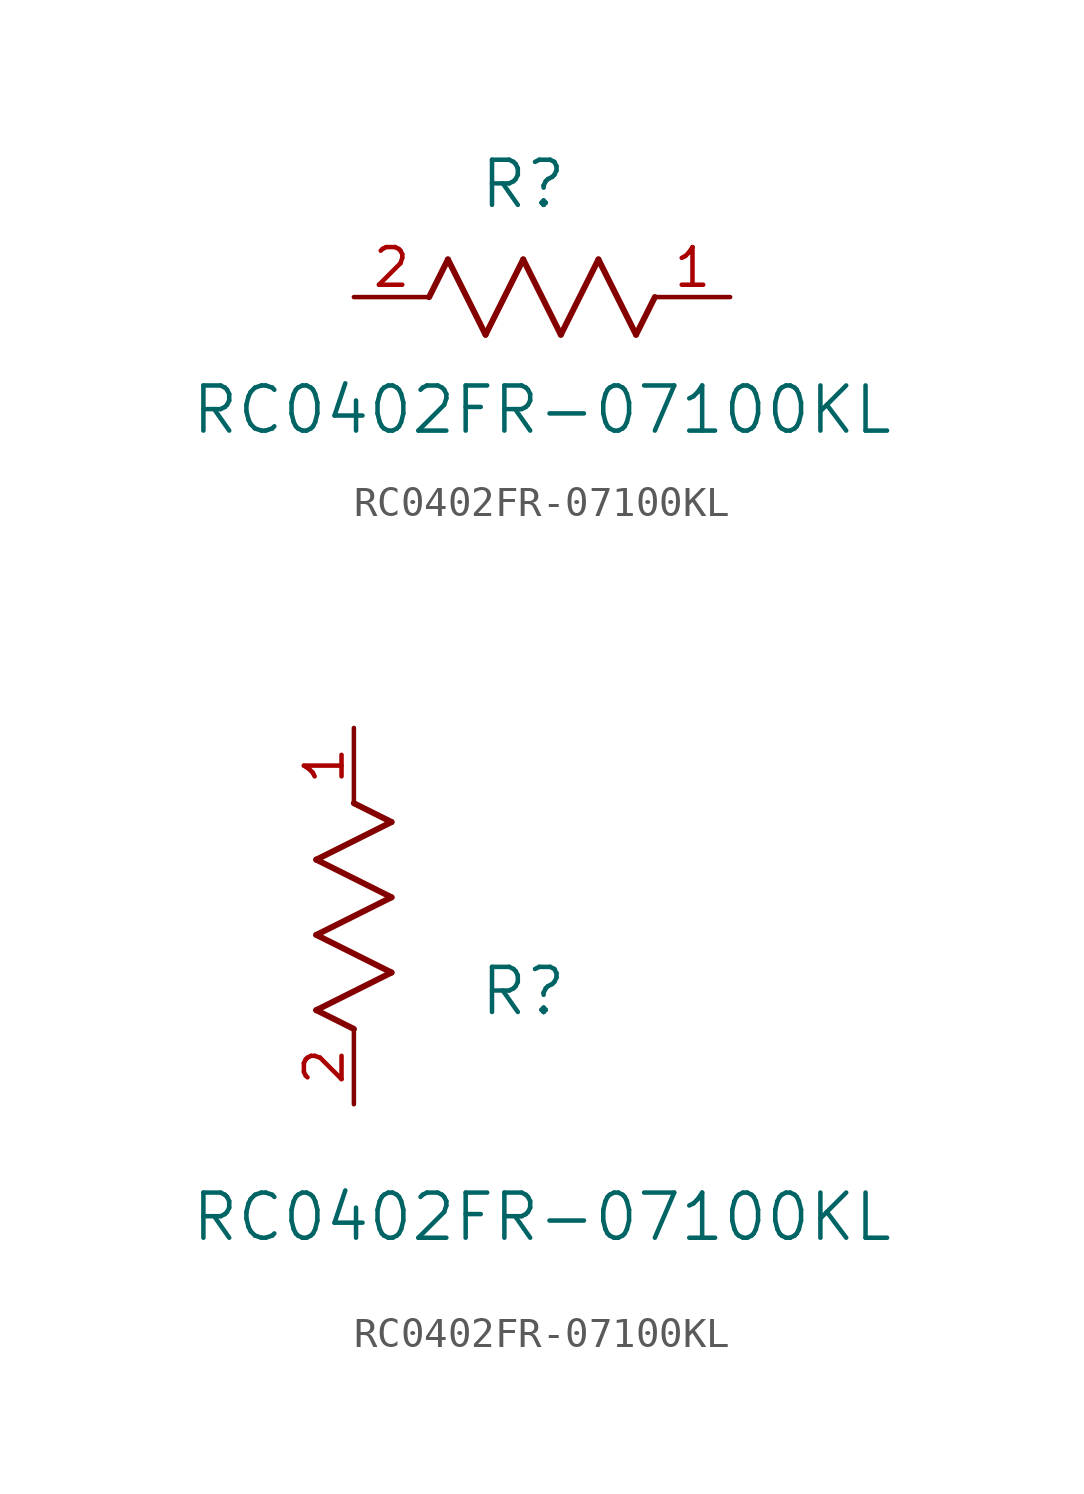
<source format=kicad_sym>
(kicad_symbol_lib
  (version 20211014)
  (generator kicad_symbol_editor)
  (symbol "RC0402FR-07100KL"
    (pin_names
      (offset 0.254))
    (property "Reference" "R"
      (at 5.715 3.81 0)
      (effects (font (size 1.524 1.524))))
    (property "Value" "RC0402FR-07100KL"
      (at 6.35 -3.81 0)
      (effects (font (size 1.524 1.524))))
    (symbol "RC0402FR-07100KL_1_1"
      (polyline (pts (xy 3.175 1.27) (xy 4.445 -1.27)) (stroke (width 0.203) (type default) (color 0 0 0 0)) (fill (type none)))
      (polyline (pts (xy 4.445 -1.27) (xy 5.715 1.27)) (stroke (width 0.203) (type default) (color 0 0 0 0)) (fill (type none)))
      (polyline (pts (xy 5.715 1.27) (xy 6.985 -1.27)) (stroke (width 0.203) (type default) (color 0 0 0 0)) (fill (type none)))
      (polyline (pts (xy 6.985 -1.27) (xy 8.255 1.27)) (stroke (width 0.203) (type default) (color 0 0 0 0)) (fill (type none)))
      (polyline (pts (xy 8.255 1.27) (xy 9.525 -1.27)) (stroke (width 0.203) (type default) (color 0 0 0 0)) (fill (type none)))
      (polyline (pts (xy 2.54 0) (xy 3.175 1.27)) (stroke (width 0.203) (type default) (color 0 0 0 0)) (fill (type none)))
      (polyline (pts (xy 9.525 -1.27) (xy 10.16 0)) (stroke (width 0.203) (type default) (color 0 0 0 0)) (fill (type none)))
      (pin unspecified line (at 12.7 0 180) (length 2.54) (name "" (effects (font (size 1.27 1.27)))) (number "1" (effects (font (size 1.27 1.27)))))
      (pin unspecified line (at 0 0 0) (length 2.54) (name "" (effects (font (size 1.27 1.27)))) (number "2" (effects (font (size 1.27 1.27))))))
    (symbol "RC0402FR-07100KL_1_2"
      (polyline (pts (xy 0 2.54) (xy -1.27 3.175)) (stroke (width 0.203) (type default) (color 0 0 0 0)) (fill (type none)))
      (polyline (pts (xy -1.27 3.175) (xy 1.27 4.445)) (stroke (width 0.203) (type default) (color 0 0 0 0)) (fill (type none)))
      (polyline (pts (xy 1.27 4.445) (xy -1.27 5.715)) (stroke (width 0.203) (type default) (color 0 0 0 0)) (fill (type none)))
      (polyline (pts (xy -1.27 5.715) (xy 1.27 6.985)) (stroke (width 0.203) (type default) (color 0 0 0 0)) (fill (type none)))
      (polyline (pts (xy -1.27 8.255) (xy 1.27 9.525)) (stroke (width 0.203) (type default) (color 0 0 0 0)) (fill (type none)))
      (polyline (pts (xy 1.27 9.525) (xy 0 10.16)) (stroke (width 0.203) (type default) (color 0 0 0 0)) (fill (type none)))
      (polyline (pts (xy 1.27 6.985) (xy -1.27 8.255)) (stroke (width 0.203) (type default) (color 0 0 0 0)) (fill (type none)))
      (pin unspecified line (at 0 12.7 270) (length 2.54) (name "" (effects (font (size 1.27 1.27)))) (number "1" (effects (font (size 1.27 1.27)))))
      (pin unspecified line (at 0 0 90) (length 2.54) (name "" (effects (font (size 1.27 1.27)))) (number "2" (effects (font (size 1.27 1.27))))))))
</source>
